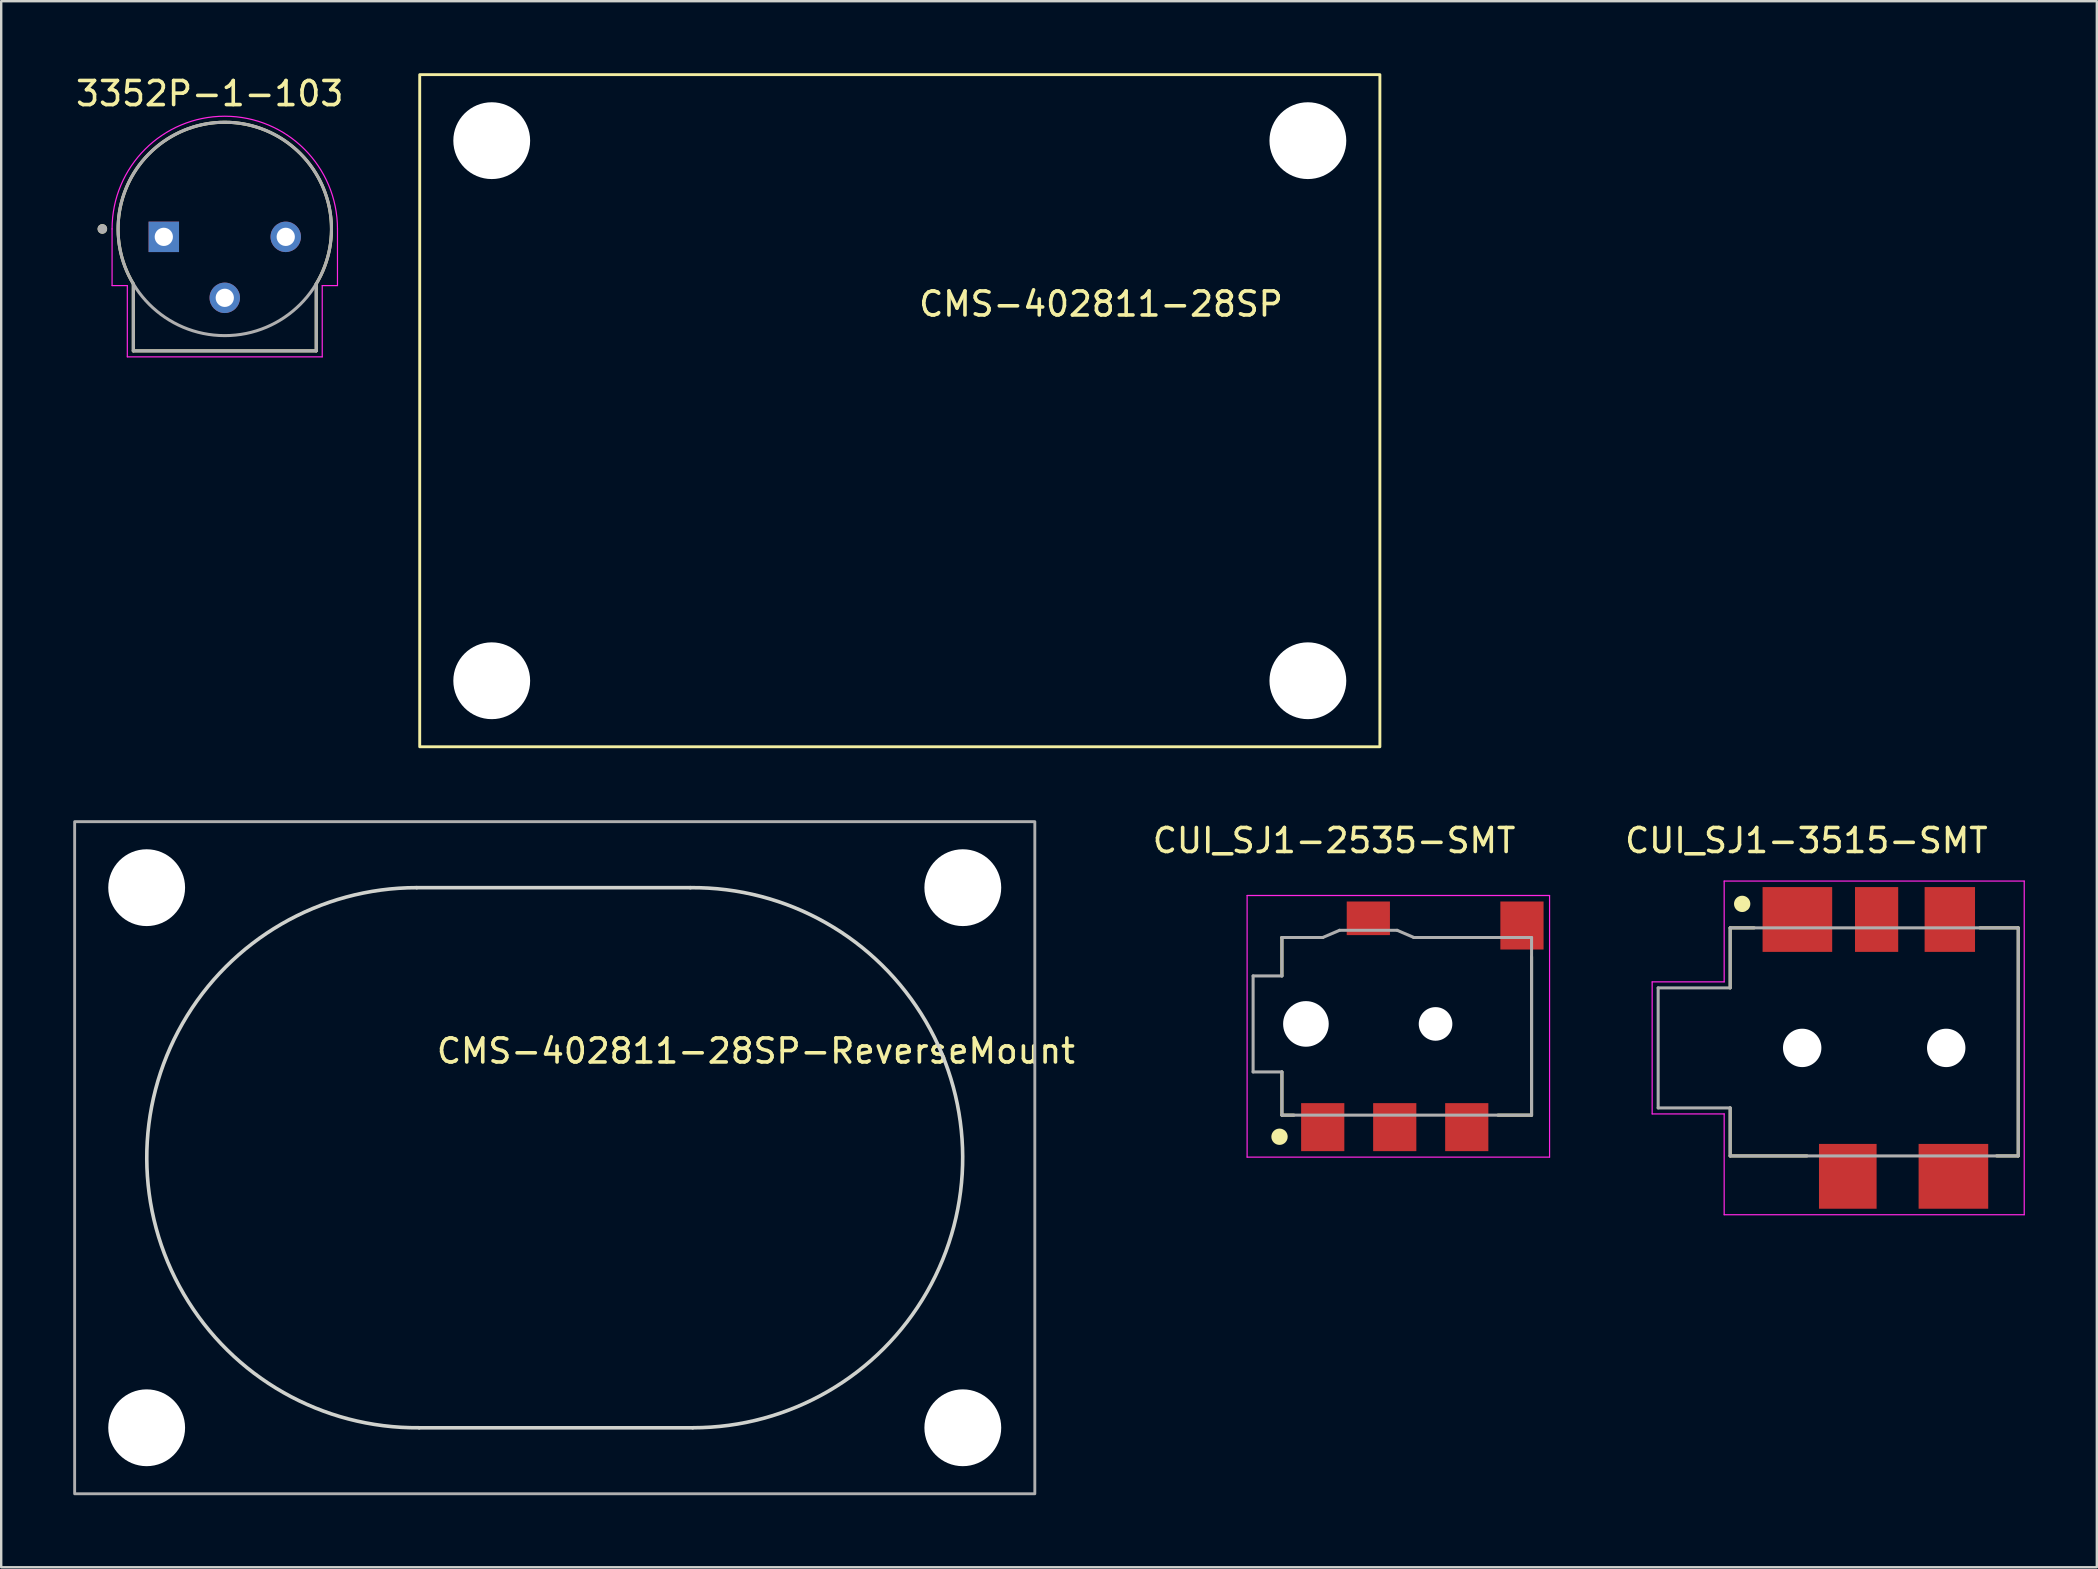
<source format=kicad_pcb>
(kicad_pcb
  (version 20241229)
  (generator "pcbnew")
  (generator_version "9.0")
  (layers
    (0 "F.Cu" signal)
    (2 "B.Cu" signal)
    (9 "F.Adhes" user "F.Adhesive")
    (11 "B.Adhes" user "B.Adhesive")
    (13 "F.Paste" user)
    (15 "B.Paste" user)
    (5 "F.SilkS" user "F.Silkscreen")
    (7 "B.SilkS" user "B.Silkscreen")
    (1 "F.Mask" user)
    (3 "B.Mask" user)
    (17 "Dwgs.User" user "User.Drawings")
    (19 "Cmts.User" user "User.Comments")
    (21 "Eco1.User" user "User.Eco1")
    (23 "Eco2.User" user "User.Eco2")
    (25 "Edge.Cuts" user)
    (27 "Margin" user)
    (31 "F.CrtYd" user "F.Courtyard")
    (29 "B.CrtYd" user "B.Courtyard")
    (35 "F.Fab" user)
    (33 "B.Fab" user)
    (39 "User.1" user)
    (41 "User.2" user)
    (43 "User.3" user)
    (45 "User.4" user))
  (footprint "CUI_SJ1-3515-SMT"
    (layer "F.Cu")
    (at 73.528 40.605)
    (property "Reference" "CUI_SJ1-3515-SMT" (at -1.325 -8.637 0) (layer "F.SilkS") (effects (font (size 1 1) (thickness 0.15))))
    (attr through_hole)
    (fp_line (start -4.5 -5) (end -4.5 -2.5) (stroke (width 0.127) (type solid)) (layer "F.SilkS"))
    (fp_line (start -4.5 4.5) (end -4.5 2.5) (stroke (width 0.127) (type solid)) (layer "F.SilkS"))
    (fp_line (start -3.5 -5) (end -4.5 -5) (stroke (width 0.127) (type solid)) (layer "F.SilkS"))
    (fp_line (start -1.3 4.5) (end -4.5 4.5) (stroke (width 0.127) (type solid)) (layer "F.SilkS"))
    (fp_line (start 5.9 -5) (end 7.5 -5) (stroke (width 0.127) (type solid)) (layer "F.SilkS"))
    (fp_line (start 7.5 -5) (end 7.5 4.5) (stroke (width 0.127) (type solid)) (layer "F.SilkS"))
    (fp_line (start 7.5 4.5) (end 6.6 4.5) (stroke (width 0.127) (type solid)) (layer "F.SilkS"))
    (fp_circle (center -4 -6) (end -3.83 -6) (stroke (width 0.34) (type solid)) (fill no) (layer "F.SilkS"))
    (fp_line (start -7.75 -2.75) (end -7.75 2.75) (stroke (width 0.05) (type solid)) (layer "F.CrtYd"))
    (fp_line (start -7.75 2.75) (end -4.75 2.75) (stroke (width 0.05) (type solid)) (layer "F.CrtYd"))
    (fp_line (start -4.75 -6.95) (end -4.75 -2.75) (stroke (width 0.05) (type solid)) (layer "F.CrtYd"))
    (fp_line (start -4.75 -2.75) (end -7.75 -2.75) (stroke (width 0.05) (type solid)) (layer "F.CrtYd"))
    (fp_line (start -4.75 2.75) (end -4.75 6.95) (stroke (width 0.05) (type solid)) (layer "F.CrtYd"))
    (fp_line (start -4.75 6.95) (end 7.75 6.95) (stroke (width 0.05) (type solid)) (layer "F.CrtYd"))
    (fp_line (start 7.75 -6.95) (end -4.75 -6.95) (stroke (width 0.05) (type solid)) (layer "F.CrtYd"))
    (fp_line (start 7.75 6.95) (end 7.75 -6.95) (stroke (width 0.05) (type solid)) (layer "F.CrtYd"))
    (fp_line (start -7.5 -2.5) (end -7.5 2.5) (stroke (width 0.127) (type solid)) (layer "F.Fab"))
    (fp_line (start -7.5 2.5) (end -4.5 2.5) (stroke (width 0.127) (type solid)) (layer "F.Fab"))
    (fp_line (start -4.5 -5) (end -4.5 -2.5) (stroke (width 0.127) (type solid)) (layer "F.Fab"))
    (fp_line (start -4.5 -2.5) (end -7.5 -2.5) (stroke (width 0.127) (type solid)) (layer "F.Fab"))
    (fp_line (start -4.5 2.5) (end -4.5 4.5) (stroke (width 0.127) (type solid)) (layer "F.Fab"))
    (fp_line (start -4.5 4.5) (end 7.5 4.5) (stroke (width 0.127) (type solid)) (layer "F.Fab"))
    (fp_line (start 7.5 -5) (end -4.5 -5) (stroke (width 0.127) (type solid)) (layer "F.Fab"))
    (fp_line (start 7.5 4.5) (end 7.5 -5) (stroke (width 0.127) (type solid)) (layer "F.Fab"))
    (pad "" np_thru_hole circle (at -1.5 0) (size 1.6 1.6) (drill 1.6) (layers "*.Cu" "*.Mask"))
    (pad "" np_thru_hole circle (at 4.5 0) (size 1.6 1.6) (drill 1.6) (layers "*.Cu" "*.Mask"))
    (pad "1" smd rect (at -1.7 -5.35) (size 2.9 2.7) (layers "F.Cu" "F.Mask" "F.Paste"))
    (pad "2" smd rect (at 4.8 5.35) (size 2.9 2.7) (layers "F.Cu" "F.Mask" "F.Paste"))
    (pad "3" smd rect (at 4.65 -5.35) (size 2.1 2.7) (layers "F.Cu" "F.Mask" "F.Paste"))
    (pad "10" smd rect (at 0.4 5.35) (size 2.4 2.7) (layers "F.Cu" "F.Mask" "F.Paste"))
    (pad "11" smd rect (at 1.6 -5.35) (size 1.8 2.7) (layers "F.Cu" "F.Mask" "F.Paste")))
  (footprint "3352P-1-103"
    (layer "F.Cu")
    (at 6.314 6.487)
    (property "Reference" "3352P-1-103" (at -0.626 -5.637 0) (layer "F.SilkS") (effects (font (size 1.003 1.003) (thickness 0.15))))
    (attr through_hole)
    (fp_line (start -3.81 5.08) (end -3.81 2.29) (stroke (width 0.127) (type solid)) (layer "F.SilkS"))
    (fp_line (start 3.81 2.29) (end 3.81 5.08) (stroke (width 0.127) (type solid)) (layer "F.SilkS"))
    (fp_line (start 3.81 5.08) (end -3.81 5.08) (stroke (width 0.127) (type solid)) (layer "F.SilkS"))
    (fp_arc (start -3.81 2.29) (mid 0 -4.444152) (end 3.81 2.29) (stroke (width 0.127) (type solid)) (layer "F.SilkS"))
    (fp_circle (center -5.1 0) (end -5 0) (stroke (width 0.2) (type solid)) (fill no) (layer "F.SilkS"))
    (fp_line (start -4.695 2.36) (end -4.695 0) (stroke (width 0.05) (type solid)) (layer "F.CrtYd"))
    (fp_line (start -4.06 2.36) (end -4.695 2.36) (stroke (width 0.05) (type solid)) (layer "F.CrtYd"))
    (fp_line (start -4.06 5.33) (end -4.06 2.36) (stroke (width 0.05) (type solid)) (layer "F.CrtYd"))
    (fp_line (start 4.06 2.36) (end 4.06 5.33) (stroke (width 0.05) (type solid)) (layer "F.CrtYd"))
    (fp_line (start 4.06 5.33) (end -4.06 5.33) (stroke (width 0.05) (type solid)) (layer "F.CrtYd"))
    (fp_line (start 4.695 0) (end 4.695 2.36) (stroke (width 0.05) (type solid)) (layer "F.CrtYd"))
    (fp_line (start 4.695 2.36) (end 4.06 2.36) (stroke (width 0.05) (type solid)) (layer "F.CrtYd"))
    (fp_arc (start -4.695 0) (mid 0 -4.695) (end 4.695 0) (stroke (width 0.05) (type solid)) (layer "F.CrtYd"))
    (fp_line (start -3.81 5.08) (end -3.81 2.29) (stroke (width 0.127) (type solid)) (layer "F.Fab"))
    (fp_line (start 3.81 2.29) (end 3.81 5.08) (stroke (width 0.127) (type solid)) (layer "F.Fab"))
    (fp_line (start 3.81 5.08) (end -3.81 5.08) (stroke (width 0.127) (type solid)) (layer "F.Fab"))
    (fp_circle (center -5.1 0) (end -5 0) (stroke (width 0.2) (type solid)) (fill no) (layer "F.Fab"))
    (fp_circle (center 0 0) (end 4.445 0) (stroke (width 0.127) (type solid)) (fill no) (layer "F.Fab"))
    (pad "1" thru_hole rect (at -2.54 0.33) (size 1.268 1.268) (drill 0.76) (layers "*.Cu" "*.Mask"))
    (pad "2" thru_hole circle (at 0 2.87) (size 1.268 1.268) (drill 0.76) (layers "*.Cu" "*.Mask"))
    (pad "3" thru_hole circle (at 2.54 0.33) (size 1.268 1.268) (drill 0.76) (layers "*.Cu" "*.Mask")))
  (footprint "CMS-402811-28SP"
    (layer "F.Cu")
    (at 34.435 14.06)
    (property "Reference" "CMS-402811-28SP" (at 8.382 -4.445 0) (unlocked yes) (layer "F.SilkS") (effects (font (size 1 1) (thickness 0.15))))
    (fp_rect (start -20 -14) (end 20 14) (stroke (width 0.12) (type solid)) (fill no) (layer "F.SilkS"))
    (pad "" np_thru_hole circle (at -17 -11.25) (size 3.2 3.2) (drill 3.2) (layers "*.Cu" "*.Mask"))
    (pad "" np_thru_hole circle (at -17 11.25) (size 3.2 3.2) (drill 3.2) (layers "*.Cu" "*.Mask"))
    (pad "" np_thru_hole circle (at 17 -11.25) (size 3.2 3.2) (drill 3.2) (layers "*.Cu" "*.Mask"))
    (pad "" np_thru_hole circle (at 17 11.25) (size 3.2 3.2) (drill 3.2) (layers "*.Cu" "*.Mask")))
  (footprint "CUI_SJ1-2535-SMT"
    (layer "F.Cu")
    (at 54.954 39.606)
    (property "Reference" "CUI_SJ1-2535-SMT" (at -2.426 -7.638 0) (layer "F.SilkS") (effects (font (size 1 1) (thickness 0.15))))
    (attr through_hole)
    (fp_line (start -4.6 -3.6) (end -2.9 -3.6) (stroke (width 0.127) (type solid)) (layer "F.SilkS"))
    (fp_line (start -4.6 -2) (end -4.6 -3.6) (stroke (width 0.127) (type solid)) (layer "F.SilkS"))
    (fp_line (start -4.6 3.8) (end -4.6 2) (stroke (width 0.127) (type solid)) (layer "F.SilkS"))
    (fp_line (start -4.1 3.8) (end -4.6 3.8) (stroke (width 0.127) (type solid)) (layer "F.SilkS"))
    (fp_line (start 0.9 -3.6) (end 4.2 -3.6) (stroke (width 0.127) (type solid)) (layer "F.SilkS"))
    (fp_line (start 5.8 -2.8) (end 5.8 3.8) (stroke (width 0.127) (type solid)) (layer "F.SilkS"))
    (fp_line (start 5.8 3.8) (end 4.4 3.8) (stroke (width 0.127) (type solid)) (layer "F.SilkS"))
    (fp_circle (center -4.7 4.7) (end -4.53 4.7) (stroke (width 0.34) (type solid)) (fill no) (layer "F.SilkS"))
    (fp_line (start -6.05 -5.35) (end -6.05 5.55) (stroke (width 0.05) (type solid)) (layer "F.CrtYd"))
    (fp_line (start -6.05 5.55) (end 6.55 5.55) (stroke (width 0.05) (type solid)) (layer "F.CrtYd"))
    (fp_line (start 6.55 -5.35) (end -6.05 -5.35) (stroke (width 0.05) (type solid)) (layer "F.CrtYd"))
    (fp_line (start 6.55 5.55) (end 6.55 -5.35) (stroke (width 0.05) (type solid)) (layer "F.CrtYd"))
    (fp_line (start -5.8 -2) (end -5.8 2) (stroke (width 0.127) (type solid)) (layer "F.Fab"))
    (fp_line (start -5.8 2) (end -4.6 2) (stroke (width 0.127) (type solid)) (layer "F.Fab"))
    (fp_line (start -4.6 -3.6) (end -4.6 -2) (stroke (width 0.127) (type solid)) (layer "F.Fab"))
    (fp_line (start -4.6 -2) (end -5.8 -2) (stroke (width 0.127) (type solid)) (layer "F.Fab"))
    (fp_line (start -4.6 2) (end -4.6 3.8) (stroke (width 0.127) (type solid)) (layer "F.Fab"))
    (fp_line (start -4.6 3.8) (end 5.8 3.8) (stroke (width 0.127) (type solid)) (layer "F.Fab"))
    (fp_line (start -2.9 -3.6) (end -4.6 -3.6) (stroke (width 0.127) (type solid)) (layer "F.Fab"))
    (fp_line (start -2.2 -3.9) (end -2.9 -3.6) (stroke (width 0.127) (type solid)) (layer "F.Fab"))
    (fp_line (start 0.2 -3.9) (end -2.2 -3.9) (stroke (width 0.127) (type solid)) (layer "F.Fab"))
    (fp_line (start 0.9 -3.6) (end 0.2 -3.9) (stroke (width 0.127) (type solid)) (layer "F.Fab"))
    (fp_line (start 5.8 -3.6) (end 0.9 -3.6) (stroke (width 0.127) (type solid)) (layer "F.Fab"))
    (fp_line (start 5.8 3.8) (end 5.8 -3.6) (stroke (width 0.127) (type solid)) (layer "F.Fab"))
    (pad "" np_thru_hole circle (at -3.6 0) (size 1.9 1.9) (drill 1.9) (layers "*.Cu" "*.Mask"))
    (pad "" np_thru_hole circle (at 1.8 0) (size 1.4 1.4) (drill 1.4) (layers "*.Cu" "*.Mask"))
    (pad "1" smd rect (at -2.9 4.3) (size 1.8 2) (layers "F.Cu" "F.Mask" "F.Paste"))
    (pad "2" smd rect (at 5.4 -4.1) (size 1.8 2) (layers "F.Cu" "F.Mask" "F.Paste"))
    (pad "3" smd rect (at 0.1 4.3) (size 1.8 2) (layers "F.Cu" "F.Mask" "F.Paste"))
    (pad "4" smd rect (at -1 -4.4) (size 1.8 1.4) (layers "F.Cu" "F.Mask" "F.Paste"))
    (pad "5" smd rect (at 3.1 4.3) (size 1.8 2) (layers "F.Cu" "F.Mask" "F.Paste")))
  (footprint "CMS-402811-28SP-ReverseMount"
    (layer "F.Cu")
    (at 20.06 45.18)
    (property "Reference" "CMS-402811-28SP-ReverseMount" (at 8.382 -4.445 0) (unlocked yes) (layer "F.SilkS") (effects (font (size 1 1) (thickness 0.15))))
    (fp_line (start -5.75 -11.25) (end 5.65 -11.25) (stroke (width 0.15) (type solid)) (layer "Edge.Cuts"))
    (fp_line (start -5.65 11.25) (end 5.75 11.25) (stroke (width 0.15) (type solid)) (layer "Edge.Cuts"))
    (fp_arc (start -5.65 11.25) (mid -16.999418 0.049996) (end -5.75 -11.250444) (stroke (width 0.15) (type solid)) (layer "Edge.Cuts"))
    (fp_arc (start 5.65 -11.250444) (mid 16.999418 -0.05044) (end 5.75 11.25) (stroke (width 0.15) (type solid)) (layer "Edge.Cuts"))
    (fp_rect (start -20 -14) (end 20 14) (stroke (width 0.12) (type solid)) (fill no) (layer "F.Fab"))
    (pad "" np_thru_hole circle (at -17 -11.25) (size 3.2 3.2) (drill 3.2) (layers "*.Cu" "*.Mask"))
    (pad "" np_thru_hole circle (at -17 11.25) (size 3.2 3.2) (drill 3.2) (layers "*.Cu" "*.Mask"))
    (pad "" np_thru_hole circle (at 17 -11.25) (size 3.2 3.2) (drill 3.2) (layers "*.Cu" "*.Mask"))
    (pad "" np_thru_hole circle (at 17 11.25) (size 3.2 3.2) (drill 3.2) (layers "*.Cu" "*.Mask")))
  (gr_rect
    (start -3 -3)
    (end 84.303 62.24)
    (stroke (width 0.1) (type default))
    (fill no)
    (layer "Edge.Cuts")))
</source>
